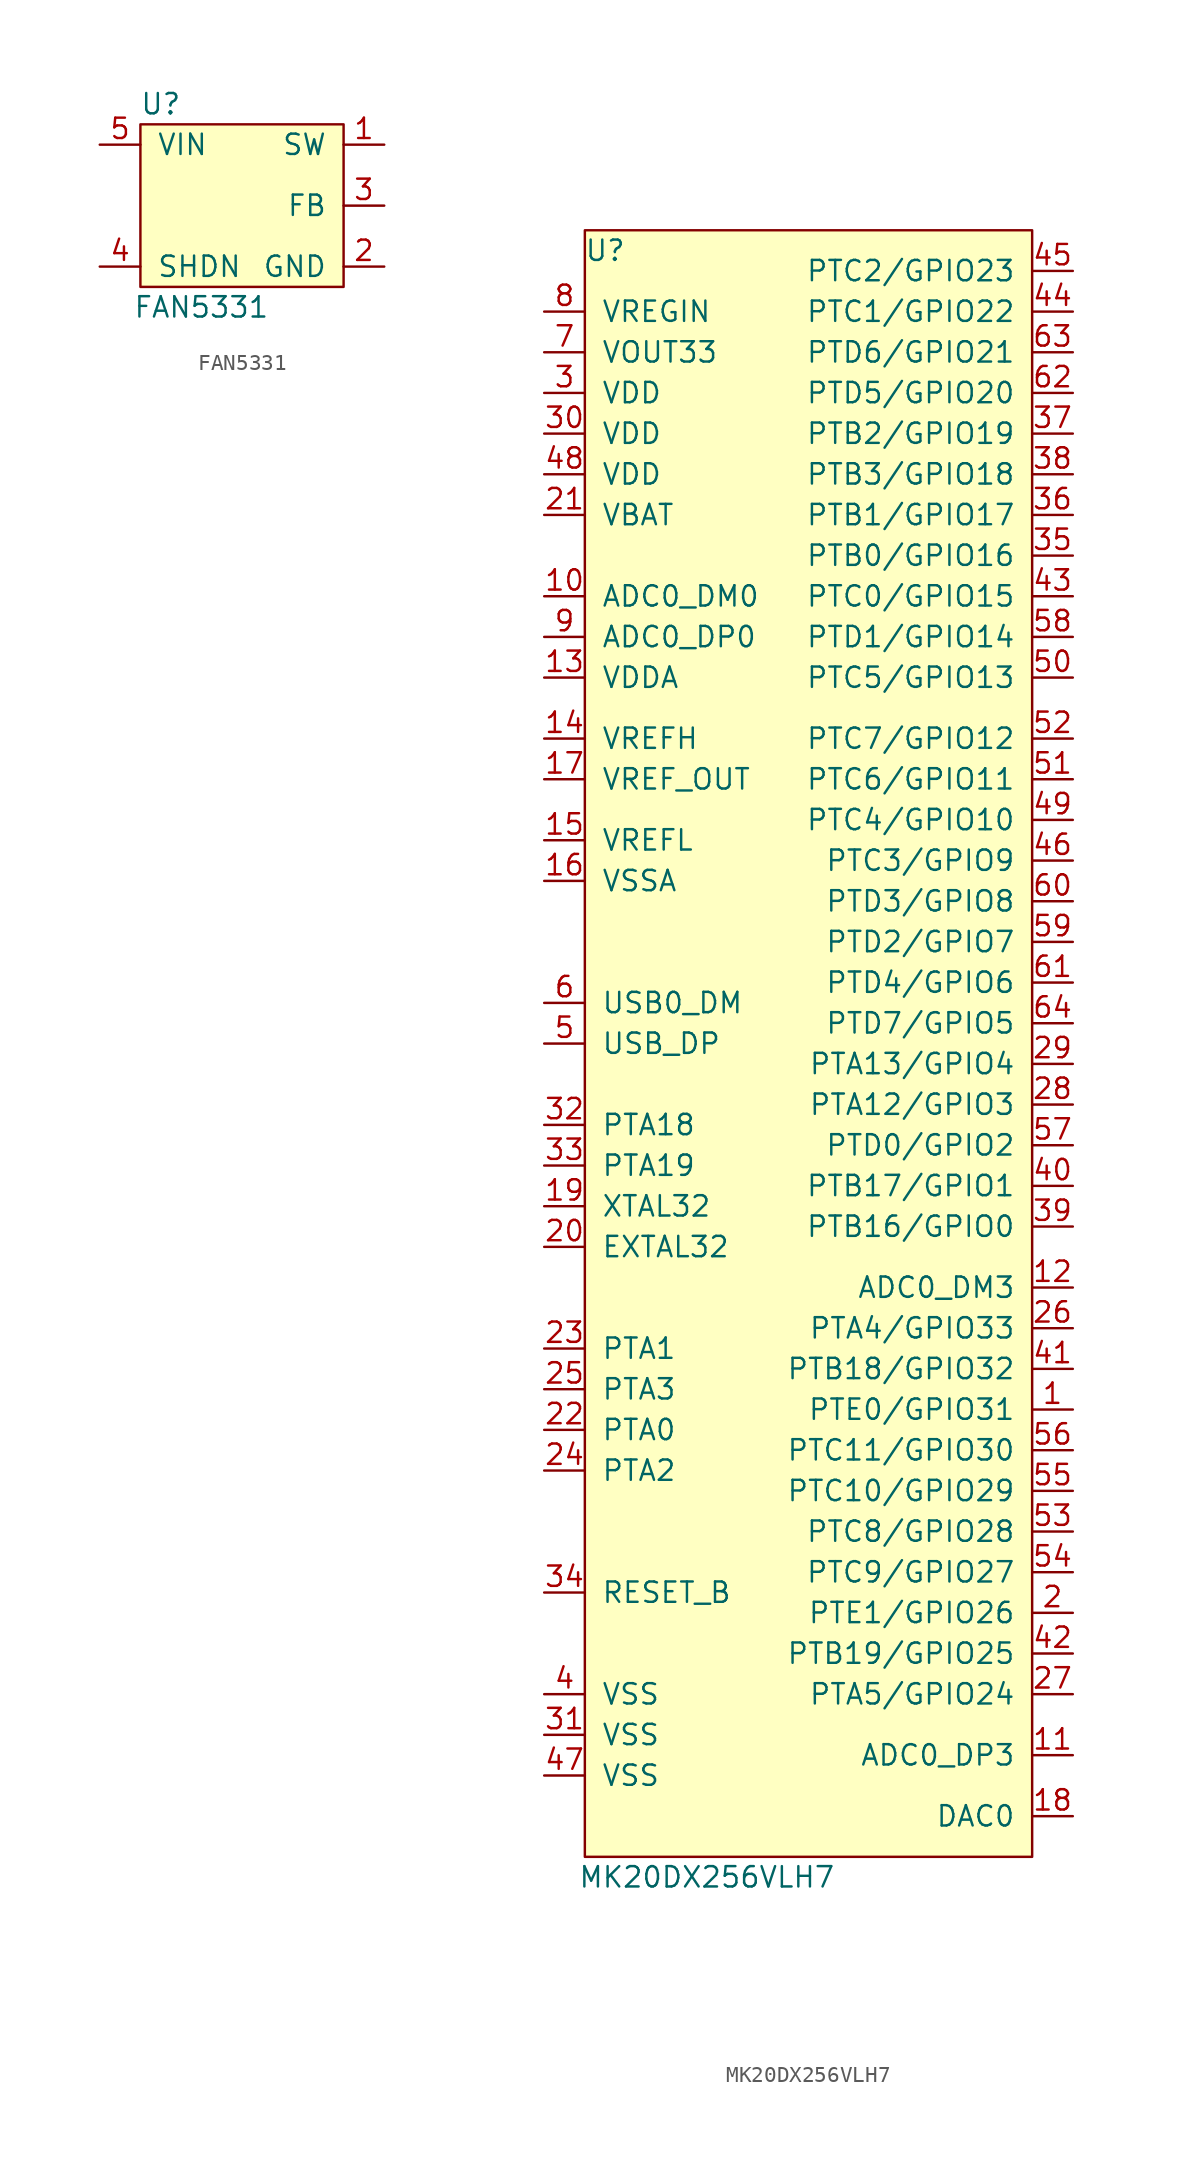
<source format=kicad_sym>
(kicad_symbol_lib
  (version 20220914)
  (generator kicad_symbol_editor)
  (symbol "FAN5331"
    (pin_names
      (offset 1.016))
    (property "Reference" "U"
      (at 1.27 11.43 0)
      (effects (font (size 1.27 1.27))))
    (property "Value" "FAN5331"
      (at 3.81 -1.27 0)
      (effects (font (size 1.27 1.27))))
    (symbol "FAN5331_0_1"
      (rectangle (start 0 0) (end 12.7 10.16) (stroke (width 0) (type solid)) (fill (type background))))
    (symbol "FAN5331_1_1"
      (pin input line (at 15.24 8.89 180) (length 2.54) (name "SW" (effects (font (size 1.27 1.27)))) (number "1" (effects (font (size 1.27 1.27)))))
      (pin input line (at 15.24 1.27 180) (length 2.54) (name "GND" (effects (font (size 1.27 1.27)))) (number "2" (effects (font (size 1.27 1.27)))))
      (pin input line (at 15.24 5.08 180) (length 2.54) (name "FB" (effects (font (size 1.27 1.27)))) (number "3" (effects (font (size 1.27 1.27)))))
      (pin input line (at -2.54 1.27 0) (length 2.54) (name "SHDN" (effects (font (size 1.27 1.27)))) (number "4" (effects (font (size 1.27 1.27)))))
      (pin input line (at -2.54 8.89 0) (length 2.54) (name "VIN" (effects (font (size 1.27 1.27)))) (number "5" (effects (font (size 1.27 1.27)))))))
  (symbol "MK20DX256VLH7"
    (pin_names
      (offset 1.016))
    (property "Reference" "U"
      (at 1.27 100.33 0)
      (effects (font (size 1.27 1.27))))
    (property "Value" "MK20DX256VLH7"
      (at 7.62 -1.27 0)
      (effects (font (size 1.27 1.27))))
    (symbol "MK20DX256VLH7_0_1"
      (rectangle (start 0 0) (end 27.94 101.6) (stroke (width 0) (type solid)) (fill (type background))))
    (symbol "MK20DX256VLH7_1_1"
      (pin input line (at 30.48 27.94 180) (length 2.54) (name "PTE0/GPIO31" (effects (font (size 1.27 1.27)))) (number "1" (effects (font (size 1.27 1.27)))))
      (pin input line (at -2.54 78.74 0) (length 2.54) (name "ADC0_DM0" (effects (font (size 1.27 1.27)))) (number "10" (effects (font (size 1.27 1.27)))))
      (pin input line (at 30.48 6.35 180) (length 2.54) (name "ADC0_DP3" (effects (font (size 1.27 1.27)))) (number "11" (effects (font (size 1.27 1.27)))))
      (pin input line (at 30.48 35.56 180) (length 2.54) (name "ADC0_DM3" (effects (font (size 1.27 1.27)))) (number "12" (effects (font (size 1.27 1.27)))))
      (pin input line (at -2.54 73.66 0) (length 2.54) (name "VDDA" (effects (font (size 1.27 1.27)))) (number "13" (effects (font (size 1.27 1.27)))))
      (pin input line (at -2.54 69.85 0) (length 2.54) (name "VREFH" (effects (font (size 1.27 1.27)))) (number "14" (effects (font (size 1.27 1.27)))))
      (pin input line (at -2.54 63.5 0) (length 2.54) (name "VREFL" (effects (font (size 1.27 1.27)))) (number "15" (effects (font (size 1.27 1.27)))))
      (pin input line (at -2.54 60.96 0) (length 2.54) (name "VSSA" (effects (font (size 1.27 1.27)))) (number "16" (effects (font (size 1.27 1.27)))))
      (pin input line (at -2.54 67.31 0) (length 2.54) (name "VREF_OUT" (effects (font (size 1.27 1.27)))) (number "17" (effects (font (size 1.27 1.27)))))
      (pin input line (at 30.48 2.54 180) (length 2.54) (name "DAC0" (effects (font (size 1.27 1.27)))) (number "18" (effects (font (size 1.27 1.27)))))
      (pin input line (at -2.54 40.64 0) (length 2.54) (name "XTAL32" (effects (font (size 1.27 1.27)))) (number "19" (effects (font (size 1.27 1.27)))))
      (pin input line (at 30.48 15.24 180) (length 2.54) (name "PTE1/GPIO26" (effects (font (size 1.27 1.27)))) (number "2" (effects (font (size 1.27 1.27)))))
      (pin input line (at -2.54 38.1 0) (length 2.54) (name "EXTAL32" (effects (font (size 1.27 1.27)))) (number "20" (effects (font (size 1.27 1.27)))))
      (pin input line (at -2.54 83.82 0) (length 2.54) (name "VBAT" (effects (font (size 1.27 1.27)))) (number "21" (effects (font (size 1.27 1.27)))))
      (pin input line (at -2.54 26.67 0) (length 2.54) (name "PTA0" (effects (font (size 1.27 1.27)))) (number "22" (effects (font (size 1.27 1.27)))))
      (pin input line (at -2.54 31.75 0) (length 2.54) (name "PTA1" (effects (font (size 1.27 1.27)))) (number "23" (effects (font (size 1.27 1.27)))))
      (pin input line (at -2.54 24.13 0) (length 2.54) (name "PTA2" (effects (font (size 1.27 1.27)))) (number "24" (effects (font (size 1.27 1.27)))))
      (pin input line (at -2.54 29.21 0) (length 2.54) (name "PTA3" (effects (font (size 1.27 1.27)))) (number "25" (effects (font (size 1.27 1.27)))))
      (pin input line (at 30.48 33.02 180) (length 2.54) (name "PTA4/GPIO33" (effects (font (size 1.27 1.27)))) (number "26" (effects (font (size 1.27 1.27)))))
      (pin input line (at 30.48 10.16 180) (length 2.54) (name "PTA5/GPIO24" (effects (font (size 1.27 1.27)))) (number "27" (effects (font (size 1.27 1.27)))))
      (pin input line (at 30.48 46.99 180) (length 2.54) (name "PTA12/GPIO3" (effects (font (size 1.27 1.27)))) (number "28" (effects (font (size 1.27 1.27)))))
      (pin input line (at 30.48 49.53 180) (length 2.54) (name "PTA13/GPIO4" (effects (font (size 1.27 1.27)))) (number "29" (effects (font (size 1.27 1.27)))))
      (pin input line (at -2.54 91.44 0) (length 2.54) (name "VDD" (effects (font (size 1.27 1.27)))) (number "3" (effects (font (size 1.27 1.27)))))
      (pin input line (at -2.54 88.9 0) (length 2.54) (name "VDD" (effects (font (size 1.27 1.27)))) (number "30" (effects (font (size 1.27 1.27)))))
      (pin input line (at -2.54 7.62 0) (length 2.54) (name "VSS" (effects (font (size 1.27 1.27)))) (number "31" (effects (font (size 1.27 1.27)))))
      (pin input line (at -2.54 45.72 0) (length 2.54) (name "PTA18" (effects (font (size 1.27 1.27)))) (number "32" (effects (font (size 1.27 1.27)))))
      (pin input line (at -2.54 43.18 0) (length 2.54) (name "PTA19" (effects (font (size 1.27 1.27)))) (number "33" (effects (font (size 1.27 1.27)))))
      (pin input line (at -2.54 16.51 0) (length 2.54) (name "RESET_B" (effects (font (size 1.27 1.27)))) (number "34" (effects (font (size 1.27 1.27)))))
      (pin input line (at 30.48 81.28 180) (length 2.54) (name "PTB0/GPIO16" (effects (font (size 1.27 1.27)))) (number "35" (effects (font (size 1.27 1.27)))))
      (pin input line (at 30.48 83.82 180) (length 2.54) (name "PTB1/GPIO17" (effects (font (size 1.27 1.27)))) (number "36" (effects (font (size 1.27 1.27)))))
      (pin input line (at 30.48 88.9 180) (length 2.54) (name "PTB2/GPIO19" (effects (font (size 1.27 1.27)))) (number "37" (effects (font (size 1.27 1.27)))))
      (pin input line (at 30.48 86.36 180) (length 2.54) (name "PTB3/GPIO18" (effects (font (size 1.27 1.27)))) (number "38" (effects (font (size 1.27 1.27)))))
      (pin input line (at 30.48 39.37 180) (length 2.54) (name "PTB16/GPIO0" (effects (font (size 1.27 1.27)))) (number "39" (effects (font (size 1.27 1.27)))))
      (pin input line (at -2.54 10.16 0) (length 2.54) (name "VSS" (effects (font (size 1.27 1.27)))) (number "4" (effects (font (size 1.27 1.27)))))
      (pin input line (at 30.48 41.91 180) (length 2.54) (name "PTB17/GPIO1" (effects (font (size 1.27 1.27)))) (number "40" (effects (font (size 1.27 1.27)))))
      (pin input line (at 30.48 30.48 180) (length 2.54) (name "PTB18/GPIO32" (effects (font (size 1.27 1.27)))) (number "41" (effects (font (size 1.27 1.27)))))
      (pin input line (at 30.48 12.7 180) (length 2.54) (name "PTB19/GPIO25" (effects (font (size 1.27 1.27)))) (number "42" (effects (font (size 1.27 1.27)))))
      (pin input line (at 30.48 78.74 180) (length 2.54) (name "PTC0/GPIO15" (effects (font (size 1.27 1.27)))) (number "43" (effects (font (size 1.27 1.27)))))
      (pin input line (at 30.48 96.52 180) (length 2.54) (name "PTC1/GPIO22" (effects (font (size 1.27 1.27)))) (number "44" (effects (font (size 1.27 1.27)))))
      (pin input line (at 30.48 99.06 180) (length 2.54) (name "PTC2/GPIO23" (effects (font (size 1.27 1.27)))) (number "45" (effects (font (size 1.27 1.27)))))
      (pin input line (at 30.48 62.23 180) (length 2.54) (name "PTC3/GPIO9" (effects (font (size 1.27 1.27)))) (number "46" (effects (font (size 1.27 1.27)))))
      (pin input line (at -2.54 5.08 0) (length 2.54) (name "VSS" (effects (font (size 1.27 1.27)))) (number "47" (effects (font (size 1.27 1.27)))))
      (pin input line (at -2.54 86.36 0) (length 2.54) (name "VDD" (effects (font (size 1.27 1.27)))) (number "48" (effects (font (size 1.27 1.27)))))
      (pin input line (at 30.48 64.77 180) (length 2.54) (name "PTC4/GPIO10" (effects (font (size 1.27 1.27)))) (number "49" (effects (font (size 1.27 1.27)))))
      (pin input line (at -2.54 50.8 0) (length 2.54) (name "USB_DP" (effects (font (size 1.27 1.27)))) (number "5" (effects (font (size 1.27 1.27)))))
      (pin input line (at 30.48 73.66 180) (length 2.54) (name "PTC5/GPIO13" (effects (font (size 1.27 1.27)))) (number "50" (effects (font (size 1.27 1.27)))))
      (pin input line (at 30.48 67.31 180) (length 2.54) (name "PTC6/GPIO11" (effects (font (size 1.27 1.27)))) (number "51" (effects (font (size 1.27 1.27)))))
      (pin input line (at 30.48 69.85 180) (length 2.54) (name "PTC7/GPIO12" (effects (font (size 1.27 1.27)))) (number "52" (effects (font (size 1.27 1.27)))))
      (pin input line (at 30.48 20.32 180) (length 2.54) (name "PTC8/GPIO28" (effects (font (size 1.27 1.27)))) (number "53" (effects (font (size 1.27 1.27)))))
      (pin input line (at 30.48 17.78 180) (length 2.54) (name "PTC9/GPIO27" (effects (font (size 1.27 1.27)))) (number "54" (effects (font (size 1.27 1.27)))))
      (pin input line (at 30.48 22.86 180) (length 2.54) (name "PTC10/GPIO29" (effects (font (size 1.27 1.27)))) (number "55" (effects (font (size 1.27 1.27)))))
      (pin input line (at 30.48 25.4 180) (length 2.54) (name "PTC11/GPIO30" (effects (font (size 1.27 1.27)))) (number "56" (effects (font (size 1.27 1.27)))))
      (pin input line (at 30.48 44.45 180) (length 2.54) (name "PTD0/GPIO2" (effects (font (size 1.27 1.27)))) (number "57" (effects (font (size 1.27 1.27)))))
      (pin input line (at 30.48 76.2 180) (length 2.54) (name "PTD1/GPIO14" (effects (font (size 1.27 1.27)))) (number "58" (effects (font (size 1.27 1.27)))))
      (pin input line (at 30.48 57.15 180) (length 2.54) (name "PTD2/GPIO7" (effects (font (size 1.27 1.27)))) (number "59" (effects (font (size 1.27 1.27)))))
      (pin input line (at -2.54 53.34 0) (length 2.54) (name "USB0_DM" (effects (font (size 1.27 1.27)))) (number "6" (effects (font (size 1.27 1.27)))))
      (pin input line (at 30.48 59.69 180) (length 2.54) (name "PTD3/GPIO8" (effects (font (size 1.27 1.27)))) (number "60" (effects (font (size 1.27 1.27)))))
      (pin input line (at 30.48 54.61 180) (length 2.54) (name "PTD4/GPIO6" (effects (font (size 1.27 1.27)))) (number "61" (effects (font (size 1.27 1.27)))))
      (pin input line (at 30.48 91.44 180) (length 2.54) (name "PTD5/GPIO20" (effects (font (size 1.27 1.27)))) (number "62" (effects (font (size 1.27 1.27)))))
      (pin input line (at 30.48 93.98 180) (length 2.54) (name "PTD6/GPIO21" (effects (font (size 1.27 1.27)))) (number "63" (effects (font (size 1.27 1.27)))))
      (pin input line (at 30.48 52.07 180) (length 2.54) (name "PTD7/GPIO5" (effects (font (size 1.27 1.27)))) (number "64" (effects (font (size 1.27 1.27)))))
      (pin input line (at -2.54 93.98 0) (length 2.54) (name "VOUT33" (effects (font (size 1.27 1.27)))) (number "7" (effects (font (size 1.27 1.27)))))
      (pin input line (at -2.54 96.52 0) (length 2.54) (name "VREGIN" (effects (font (size 1.27 1.27)))) (number "8" (effects (font (size 1.27 1.27)))))
      (pin input line (at -2.54 76.2 0) (length 2.54) (name "ADC0_DP0" (effects (font (size 1.27 1.27)))) (number "9" (effects (font (size 1.27 1.27))))))))
</source>
